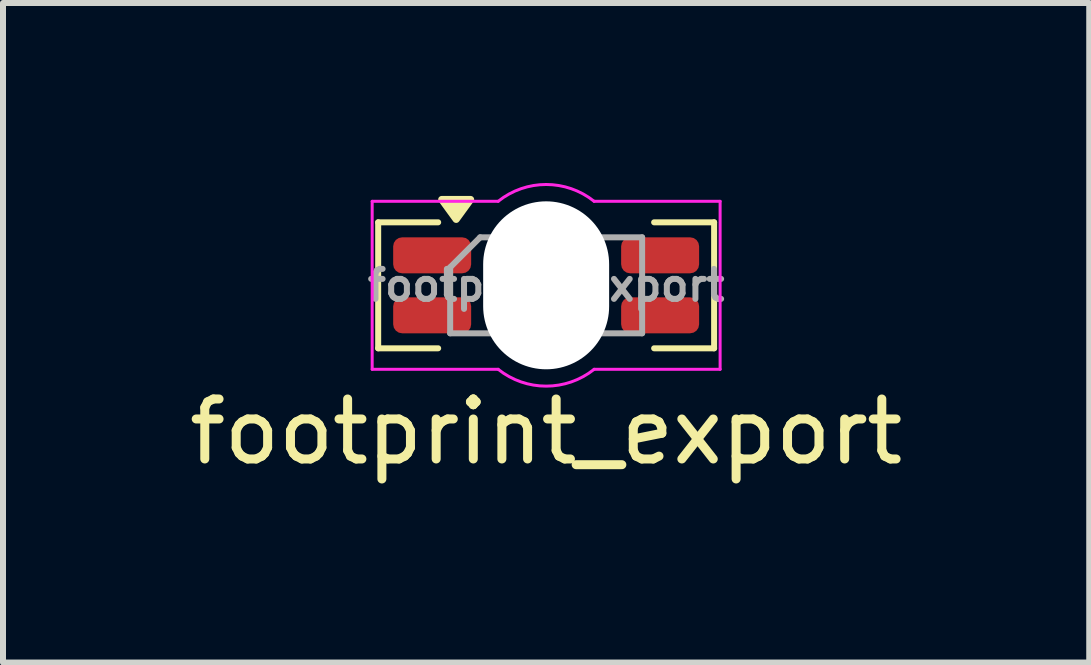
<source format=kicad_pcb>
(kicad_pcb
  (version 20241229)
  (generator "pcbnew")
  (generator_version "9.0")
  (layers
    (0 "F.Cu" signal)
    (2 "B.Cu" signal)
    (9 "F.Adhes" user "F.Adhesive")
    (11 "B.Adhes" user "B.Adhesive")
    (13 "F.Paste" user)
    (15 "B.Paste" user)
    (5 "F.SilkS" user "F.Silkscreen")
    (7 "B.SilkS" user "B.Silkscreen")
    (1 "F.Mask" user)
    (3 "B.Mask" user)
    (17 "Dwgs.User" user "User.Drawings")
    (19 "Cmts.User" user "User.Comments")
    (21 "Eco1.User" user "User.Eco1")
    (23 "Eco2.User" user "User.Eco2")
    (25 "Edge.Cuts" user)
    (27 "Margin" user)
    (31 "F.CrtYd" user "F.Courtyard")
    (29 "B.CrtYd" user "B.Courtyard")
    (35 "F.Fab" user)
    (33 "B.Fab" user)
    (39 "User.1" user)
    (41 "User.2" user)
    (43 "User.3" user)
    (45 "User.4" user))
  (footprint "footprint_export"
    (layer "F.Cu")
    (at 6.054 1.706)
    (property "Reference" "footprint_export" (at 0 2.44 0) (layer "F.SilkS") (effects (font (size 1 1) (thickness 0.15))))
    (attr smd)
    (fp_line (start -2.8 -1.05) (end -2.8 1.05) (stroke (width 0.1) (type default)) (layer "F.SilkS"))
    (fp_line (start -2.8 1.05) (end -1.8 1.05) (stroke (width 0.1) (type default)) (layer "F.SilkS"))
    (fp_line (start -1.8 -1.05) (end -2.8 -1.05) (stroke (width 0.1) (type default)) (layer "F.SilkS"))
    (fp_line (start 1.8 -1.05) (end 2.8 -1.05) (stroke (width 0.1) (type default)) (layer "F.SilkS"))
    (fp_line (start 2.8 -1.05) (end 2.8 1.05) (stroke (width 0.1) (type default)) (layer "F.SilkS"))
    (fp_line (start 2.8 1.05) (end 1.8 1.05) (stroke (width 0.1) (type default)) (layer "F.SilkS"))
    (fp_poly (pts (xy -1.5 -1.1) (xy -1.74 -1.43) (xy -1.26 -1.43) (xy -1.5 -1.1)) (stroke (width 0.12) (type solid)) (fill yes) (layer "F.SilkS"))
    (fp_line (start -2.9 -1.4) (end -0.8 -1.4) (stroke (width 0.05) (type solid)) (layer "F.CrtYd"))
    (fp_line (start -2.9 1.4) (end -2.9 -1.4) (stroke (width 0.05) (type solid)) (layer "F.CrtYd"))
    (fp_line (start -0.8 1.4) (end -2.9 1.4) (stroke (width 0.05) (type solid)) (layer "F.CrtYd"))
    (fp_line (start 0.8 -1.4) (end 2.9 -1.4) (stroke (width 0.05) (type solid)) (layer "F.CrtYd"))
    (fp_line (start 2.9 -1.4) (end 2.9 1.4) (stroke (width 0.05) (type solid)) (layer "F.CrtYd"))
    (fp_line (start 2.9 1.4) (end 0.8 1.4) (stroke (width 0.05) (type solid)) (layer "F.CrtYd"))
    (fp_arc (start -0.800001 -1.399998) (mid -0.000001 -1.680624) (end 0.799999 -1.399999) (stroke (width 0.05) (type default)) (layer "F.CrtYd"))
    (fp_arc (start 0.800001 1.399998) (mid 0.000001 1.680624) (end -0.799999 1.399999) (stroke (width 0.05) (type default)) (layer "F.CrtYd"))
    (fp_line (start -1.6 -0.3) (end -1.6 0.8) (stroke (width 0.1) (type default)) (layer "F.Fab"))
    (fp_line (start -1.6 0.8) (end 1.6 0.8) (stroke (width 0.1) (type default)) (layer "F.Fab"))
    (fp_line (start -1.1 -0.8) (end -1.6 -0.3) (stroke (width 0.1) (type default)) (layer "F.Fab"))
    (fp_line (start -0.8 -0.75) (end 0.8 -0.75) (stroke (width 0.1) (type default)) (layer "F.Fab"))
    (fp_line (start -0.8 0.75) (end -0.8 -0.75) (stroke (width 0.1) (type default)) (layer "F.Fab"))
    (fp_line (start 0.8 -0.75) (end 0.8 0.75) (stroke (width 0.1) (type default)) (layer "F.Fab"))
    (fp_line (start 0.8 0.75) (end -0.8 0.75) (stroke (width 0.1) (type default)) (layer "F.Fab"))
    (fp_line (start 1.6 -0.8) (end -1.1 -0.8) (stroke (width 0.1) (type default)) (layer "F.Fab"))
    (fp_line (start 1.6 0.8) (end 1.6 -0.8) (stroke (width 0.1) (type default)) (layer "F.Fab"))
    (fp_text user "${REFERENCE}" (at 0 0 0) (layer "F.Fab") (effects (font (size 0.5 0.5) (thickness 0.1) (bold yes))))
    (pad "" np_thru_hole oval (at 0 0) (size 2.1 2.8) (drill oval 2.1 2.8) (layers "*.Cu" "*.Mask"))
    (pad "1" smd roundrect (at -1.9 -0.5 180) (size 1.3 0.6) (layers "F.Cu" "F.Mask" "F.Paste") (roundrect_rratio 0.25))
    (pad "2" smd roundrect (at 1.9 -0.5 180) (size 1.3 0.6) (layers "F.Cu" "F.Mask" "F.Paste") (roundrect_rratio 0.25))
    (pad "3" smd roundrect (at 1.9 0.5 180) (size 1.3 0.6) (layers "F.Cu" "F.Mask" "F.Paste") (roundrect_rratio 0.25))
    (pad "4" smd roundrect (at -1.9 0.5 180) (size 1.3 0.6) (layers "F.Cu" "F.Mask" "F.Paste") (roundrect_rratio 0.25)))
  (gr_rect
    (start -3 -3)
    (end 15.107 7.994)
    (stroke (width 0.1) (type default))
    (fill no)
    (layer "Edge.Cuts")))
</source>
